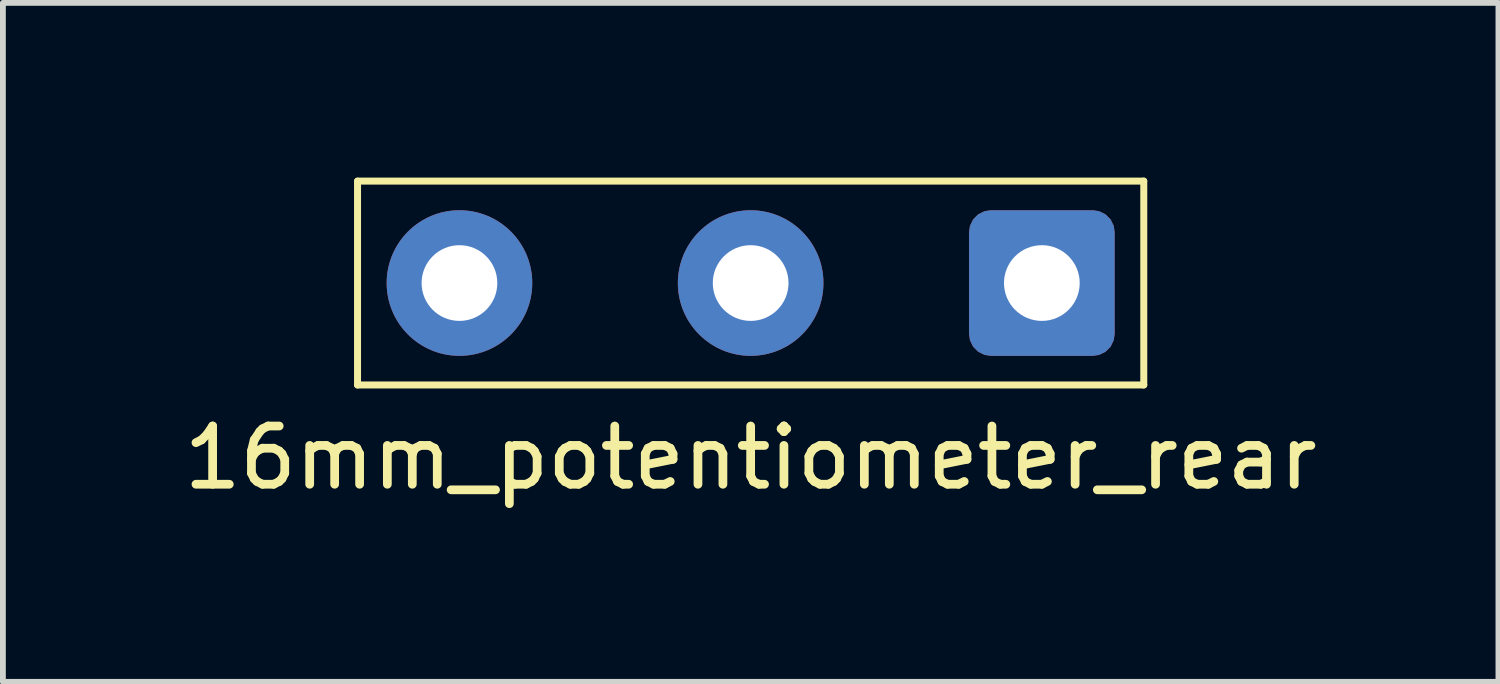
<source format=kicad_pcb>
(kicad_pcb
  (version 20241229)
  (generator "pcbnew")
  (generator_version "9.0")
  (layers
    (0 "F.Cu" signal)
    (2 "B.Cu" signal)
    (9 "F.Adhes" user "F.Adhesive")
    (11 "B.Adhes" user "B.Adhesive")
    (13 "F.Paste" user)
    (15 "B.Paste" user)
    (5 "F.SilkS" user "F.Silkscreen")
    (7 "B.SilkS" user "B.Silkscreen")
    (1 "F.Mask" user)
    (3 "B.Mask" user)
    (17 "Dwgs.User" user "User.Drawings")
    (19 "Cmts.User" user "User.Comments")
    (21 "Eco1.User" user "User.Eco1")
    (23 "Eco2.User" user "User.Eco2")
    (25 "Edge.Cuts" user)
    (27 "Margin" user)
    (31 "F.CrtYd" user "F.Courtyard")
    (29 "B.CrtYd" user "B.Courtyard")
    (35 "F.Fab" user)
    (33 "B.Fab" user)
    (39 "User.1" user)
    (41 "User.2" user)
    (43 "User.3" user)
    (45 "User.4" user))
  (footprint "16mm_potentiometer_rear"
    (layer "F.Cu")
    (at 9.839 1.81)
    (property "Reference" "16mm_potentiometer_rear" (at 0 3 0) (layer "F.SilkS") (effects (font (size 1 1) (thickness 0.15))))
    (attr through_hole)
    (fp_line (start -6.75 -1.75) (end -6.75 1.75) (stroke (width 0.12) (type solid)) (layer "F.SilkS"))
    (fp_line (start -6.75 1.75) (end 6.75 1.75) (stroke (width 0.12) (type solid)) (layer "F.SilkS"))
    (fp_line (start 6.75 -1.75) (end -6.75 -1.75) (stroke (width 0.12) (type solid)) (layer "F.SilkS"))
    (fp_line (start 6.75 1.75) (end 6.75 -1.75) (stroke (width 0.12) (type solid)) (layer "F.SilkS"))
    (pad "1" thru_hole roundrect (at 5 0) (size 2.5 2.5) (drill 1.3) (layers "*.Cu" "*.Mask") (roundrect_rratio 0.15))
    (pad "2" thru_hole circle (at 0 0) (size 2.5 2.5) (drill 1.3) (layers "*.Cu" "*.Mask"))
    (pad "3" thru_hole circle (at -5 0) (size 2.5 2.5) (drill 1.3) (layers "*.Cu" "*.Mask")))
  (gr_rect
    (start -3 -3)
    (end 22.679 8.658)
    (stroke (width 0.1) (type default))
    (fill no)
    (layer "Edge.Cuts")))
</source>
